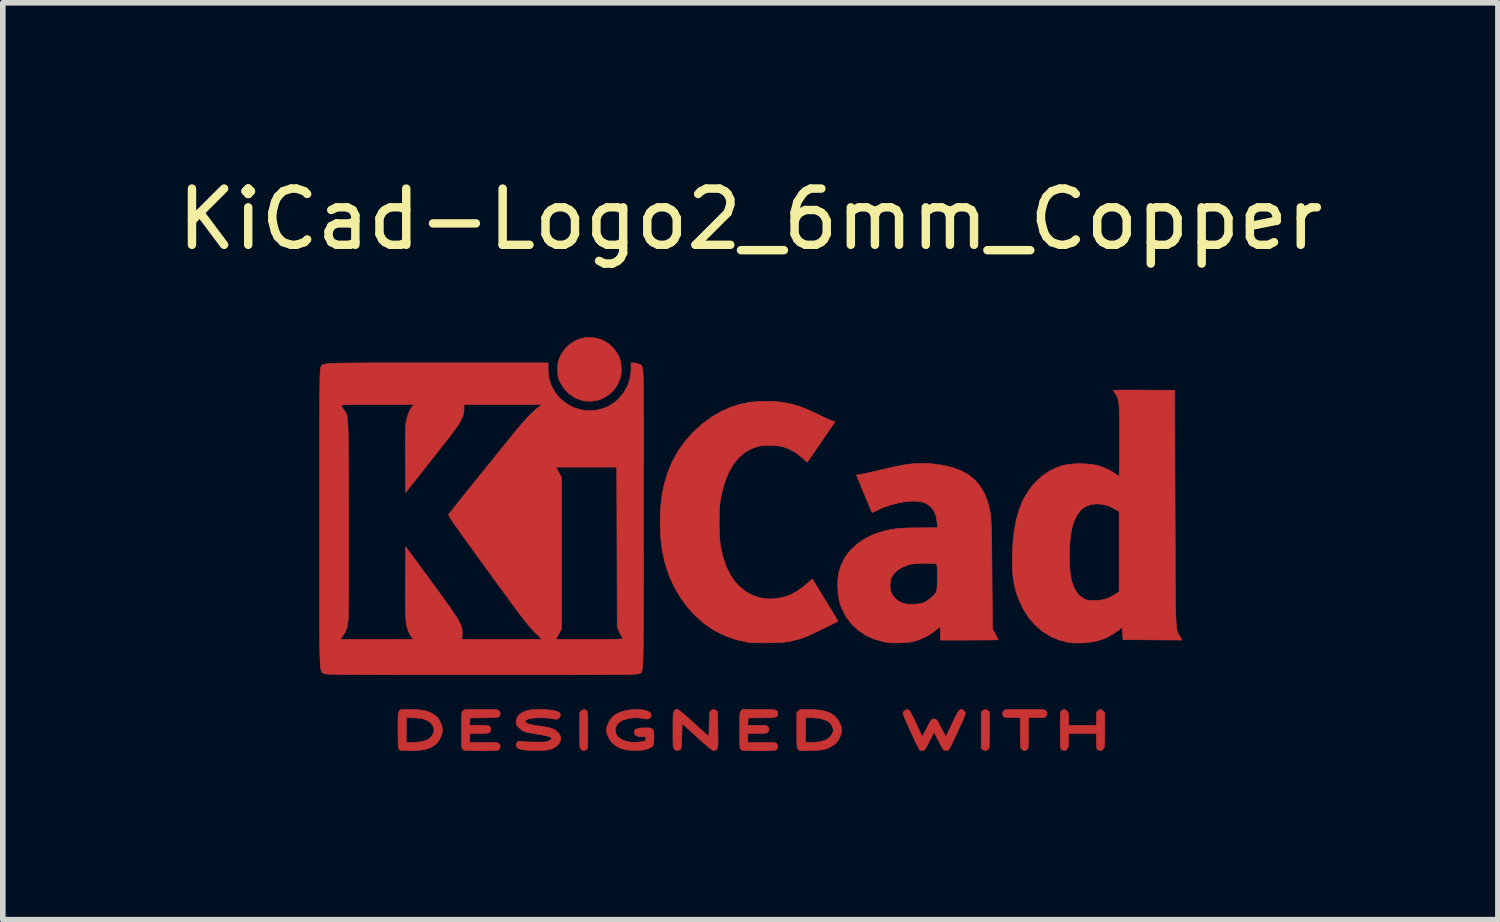
<source format=kicad_pcb>
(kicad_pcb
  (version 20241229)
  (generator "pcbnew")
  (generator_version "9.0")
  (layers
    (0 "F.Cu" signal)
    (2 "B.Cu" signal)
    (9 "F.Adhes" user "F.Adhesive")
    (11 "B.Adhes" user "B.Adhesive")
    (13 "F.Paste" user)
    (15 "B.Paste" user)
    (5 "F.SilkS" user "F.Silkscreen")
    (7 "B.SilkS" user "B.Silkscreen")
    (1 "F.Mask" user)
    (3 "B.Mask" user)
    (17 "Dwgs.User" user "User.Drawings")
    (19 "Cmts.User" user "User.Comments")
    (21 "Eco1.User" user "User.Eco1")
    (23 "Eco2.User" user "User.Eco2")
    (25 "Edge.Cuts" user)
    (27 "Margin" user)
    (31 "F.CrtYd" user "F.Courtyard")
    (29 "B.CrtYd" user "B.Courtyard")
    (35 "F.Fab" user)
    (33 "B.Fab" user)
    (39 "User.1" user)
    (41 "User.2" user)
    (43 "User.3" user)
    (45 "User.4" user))
  (footprint "KiCad-Logo2_6mm_Copper"
    (layer "F.Cu")
    (at 10.292 5.928)
    (property "Reference" "KiCad-Logo2_6mm_Copper" (at 0 -5.08 0) (layer "F.SilkS") (effects (font (size 1 1) (thickness 0.15))))
    (attr exclude_from_pos_files exclude_from_bom allow_missing_courtyard)
    (fp_poly (pts (xy 4.2 3.642) (xy 4.224 3.657) (xy 4.251 3.678) (xy 4.251 4) (xy 4.251 4.094) (xy 4.25 4.168) (xy 4.249 4.225) (xy 4.248 4.267) (xy 4.246 4.297) (xy 4.243 4.317) (xy 4.239 4.331) (xy 4.233 4.341) (xy 4.229 4.345) (xy 4.198 4.366) (xy 4.162 4.365) (xy 4.131 4.347) (xy 4.104 4.326) (xy 4.104 3.678) (xy 4.131 3.657) (xy 4.156 3.641) (xy 4.177 3.635) (xy 4.2 3.642)) (stroke (width 0.01) (type solid)) (fill yes) (layer "F.Cu"))
    (fp_poly (pts (xy -2.912 3.658) (xy -2.906 3.665) (xy -2.9 3.675) (xy -2.896 3.69) (xy -2.894 3.712) (xy -2.892 3.744) (xy -2.89 3.789) (xy -2.89 3.849) (xy -2.89 3.926) (xy -2.89 4.002) (xy -2.89 4.096) (xy -2.89 4.17) (xy -2.891 4.226) (xy -2.892 4.268) (xy -2.894 4.298) (xy -2.897 4.318) (xy -2.901 4.332) (xy -2.907 4.341) (xy -2.912 4.346) (xy -2.945 4.366) (xy -2.98 4.364) (xy -3.012 4.343) (xy -3.019 4.335) (xy -3.025 4.325) (xy -3.029 4.311) (xy -3.032 4.291) (xy -3.034 4.261) (xy -3.035 4.219) (xy -3.036 4.162) (xy -3.036 4.088) (xy -3.036 4.004) (xy -3.036 3.691) (xy -3.009 3.663) (xy -2.974 3.64) (xy -2.941 3.639) (xy -2.912 3.658)) (stroke (width 0.01) (type solid)) (fill yes) (layer "F.Cu"))
    (fp_poly (pts (xy -2.726 -2.964) (xy -2.623 -2.928) (xy -2.527 -2.871) (xy -2.441 -2.795) (xy -2.369 -2.697) (xy -2.336 -2.636) (xy -2.308 -2.55) (xy -2.295 -2.451) (xy -2.296 -2.35) (xy -2.313 -2.257) (xy -2.359 -2.145) (xy -2.425 -2.047) (xy -2.509 -1.966) (xy -2.606 -1.904) (xy -2.714 -1.862) (xy -2.829 -1.844) (xy -2.948 -1.849) (xy -3.007 -1.862) (xy -3.121 -1.906) (xy -3.222 -1.974) (xy -3.309 -2.063) (xy -3.377 -2.171) (xy -3.383 -2.183) (xy -3.403 -2.227) (xy -3.415 -2.265) (xy -3.422 -2.304) (xy -3.425 -2.355) (xy -3.426 -2.41) (xy -3.425 -2.476) (xy -3.421 -2.523) (xy -3.413 -2.562) (xy -3.399 -2.6) (xy -3.382 -2.639) (xy -3.318 -2.747) (xy -3.238 -2.834) (xy -3.147 -2.901) (xy -3.047 -2.948) (xy -2.941 -2.973) (xy -2.833 -2.979) (xy -2.726 -2.964)) (stroke (width 0.01) (type solid)) (fill yes) (layer "F.Cu"))
    (fp_poly (pts (xy 4.975 3.635) (xy 5.053 3.636) (xy 5.115 3.637) (xy 5.161 3.638) (xy 5.194 3.64) (xy 5.217 3.643) (xy 5.232 3.646) (xy 5.243 3.651) (xy 5.248 3.655) (xy 5.273 3.688) (xy 5.276 3.721) (xy 5.26 3.752) (xy 5.25 3.764) (xy 5.239 3.773) (xy 5.223 3.778) (xy 5.197 3.781) (xy 5.159 3.782) (xy 5.102 3.782) (xy 5.091 3.782) (xy 4.945 3.782) (xy 4.945 4.053) (xy 4.945 4.138) (xy 4.944 4.204) (xy 4.943 4.253) (xy 4.942 4.288) (xy 4.939 4.312) (xy 4.935 4.328) (xy 4.929 4.338) (xy 4.922 4.346) (xy 4.889 4.366) (xy 4.855 4.365) (xy 4.824 4.342) (xy 4.822 4.339) (xy 4.814 4.329) (xy 4.808 4.316) (xy 4.804 4.299) (xy 4.801 4.274) (xy 4.8 4.238) (xy 4.799 4.188) (xy 4.798 4.122) (xy 4.798 4.046) (xy 4.798 3.782) (xy 4.659 3.782) (xy 4.599 3.782) (xy 4.558 3.78) (xy 4.53 3.777) (xy 4.513 3.771) (xy 4.502 3.763) (xy 4.501 3.761) (xy 4.484 3.728) (xy 4.486 3.691) (xy 4.505 3.658) (xy 4.512 3.651) (xy 4.521 3.646) (xy 4.535 3.643) (xy 4.556 3.64) (xy 4.587 3.638) (xy 4.63 3.636) (xy 4.687 3.636) (xy 4.762 3.635) (xy 4.856 3.635) (xy 4.876 3.635) (xy 4.975 3.635)) (stroke (width 0.01) (type solid)) (fill yes) (layer "F.Cu"))
    (fp_poly (pts (xy 6.241 3.641) (xy 6.272 3.663) (xy 6.3 3.691) (xy 6.3 4) (xy 6.3 4.092) (xy 6.299 4.164) (xy 6.298 4.219) (xy 6.297 4.26) (xy 6.295 4.289) (xy 6.291 4.309) (xy 6.287 4.323) (xy 6.281 4.333) (xy 6.276 4.339) (xy 6.245 4.364) (xy 6.21 4.367) (xy 6.178 4.351) (xy 6.167 4.343) (xy 6.16 4.331) (xy 6.156 4.312) (xy 6.154 4.281) (xy 6.153 4.235) (xy 6.153 4.199) (xy 6.153 4.064) (xy 5.656 4.064) (xy 5.656 4.187) (xy 5.656 4.243) (xy 5.654 4.282) (xy 5.649 4.308) (xy 5.642 4.326) (xy 5.633 4.339) (xy 5.602 4.364) (xy 5.567 4.367) (xy 5.533 4.349) (xy 5.524 4.34) (xy 5.518 4.328) (xy 5.514 4.309) (xy 5.511 4.28) (xy 5.51 4.236) (xy 5.509 4.174) (xy 5.509 4.16) (xy 5.509 4.044) (xy 5.508 3.948) (xy 5.508 3.87) (xy 5.509 3.809) (xy 5.51 3.762) (xy 5.512 3.727) (xy 5.514 3.701) (xy 5.517 3.684) (xy 5.521 3.672) (xy 5.526 3.664) (xy 5.532 3.658) (xy 5.564 3.638) (xy 5.597 3.641) (xy 5.628 3.663) (xy 5.641 3.677) (xy 5.649 3.693) (xy 5.654 3.716) (xy 5.656 3.75) (xy 5.656 3.802) (xy 5.656 3.917) (xy 6.153 3.917) (xy 6.153 3.799) (xy 6.153 3.744) (xy 6.155 3.707) (xy 6.16 3.683) (xy 6.167 3.668) (xy 6.175 3.658) (xy 6.207 3.638) (xy 6.241 3.641)) (stroke (width 0.01) (type solid)) (fill yes) (layer "F.Cu"))
    (fp_poly (pts (xy 1.03 3.635) (xy 1.159 3.64) (xy 1.269 3.653) (xy 1.361 3.676) (xy 1.438 3.709) (xy 1.5 3.754) (xy 1.551 3.81) (xy 1.591 3.88) (xy 1.592 3.882) (xy 1.616 3.944) (xy 1.625 3.999) (xy 1.618 4.054) (xy 1.595 4.117) (xy 1.591 4.127) (xy 1.562 4.183) (xy 1.529 4.227) (xy 1.487 4.264) (xy 1.429 4.3) (xy 1.426 4.302) (xy 1.375 4.326) (xy 1.318 4.344) (xy 1.251 4.357) (xy 1.17 4.365) (xy 1.072 4.368) (xy 1.037 4.368) (xy 0.871 4.369) (xy 0.848 4.339) (xy 0.841 4.33) (xy 0.836 4.318) (xy 0.831 4.302) (xy 0.829 4.279) (xy 0.827 4.247) (xy 0.826 4.222) (xy 0.983 4.222) (xy 1.076 4.222) (xy 1.131 4.221) (xy 1.188 4.216) (xy 1.234 4.21) (xy 1.237 4.21) (xy 1.319 4.188) (xy 1.383 4.155) (xy 1.43 4.109) (xy 1.463 4.049) (xy 1.469 4.033) (xy 1.474 4.009) (xy 1.472 3.984) (xy 1.46 3.952) (xy 1.453 3.936) (xy 1.43 3.893) (xy 1.402 3.863) (xy 1.371 3.843) (xy 1.309 3.816) (xy 1.229 3.796) (xy 1.137 3.785) (xy 1.07 3.782) (xy 0.983 3.782) (xy 0.983 4.222) (xy 0.826 4.222) (xy 0.825 4.201) (xy 0.825 4.141) (xy 0.825 4.062) (xy 0.825 4) (xy 0.825 3.691) (xy 0.852 3.663) (xy 0.865 3.652) (xy 0.878 3.644) (xy 0.896 3.639) (xy 0.924 3.637) (xy 0.966 3.636) (xy 1.026 3.635) (xy 1.03 3.635)) (stroke (width 0.01) (type solid)) (fill yes) (layer "F.Cu"))
    (fp_poly (pts (xy -6.11 3.635) (xy -6.07 3.636) (xy -5.954 3.638) (xy -5.858 3.647) (xy -5.776 3.661) (xy -5.707 3.683) (xy -5.647 3.714) (xy -5.592 3.753) (xy -5.572 3.77) (xy -5.54 3.81) (xy -5.511 3.864) (xy -5.488 3.924) (xy -5.476 3.981) (xy -5.475 4.002) (xy -5.483 4.061) (xy -5.504 4.125) (xy -5.535 4.186) (xy -5.572 4.235) (xy -5.578 4.24) (xy -5.629 4.282) (xy -5.684 4.314) (xy -5.748 4.338) (xy -5.823 4.354) (xy -5.912 4.364) (xy -6.019 4.369) (xy -6.068 4.369) (xy -6.13 4.369) (xy -6.174 4.367) (xy -6.203 4.365) (xy -6.222 4.36) (xy -6.235 4.353) (xy -6.242 4.346) (xy -6.249 4.339) (xy -6.254 4.329) (xy -6.258 4.315) (xy -6.261 4.293) (xy -6.263 4.26) (xy -6.264 4.216) (xy -6.265 4.156) (xy -6.265 4.078) (xy -6.265 4.002) (xy -6.265 3.901) (xy -6.265 3.821) (xy -6.264 3.782) (xy -6.118 3.782) (xy -6.118 4.222) (xy -6.025 4.222) (xy -5.969 4.221) (xy -5.91 4.216) (xy -5.861 4.211) (xy -5.86 4.21) (xy -5.781 4.191) (xy -5.719 4.161) (xy -5.673 4.119) (xy -5.643 4.073) (xy -5.625 4.022) (xy -5.626 3.974) (xy -5.647 3.923) (xy -5.689 3.87) (xy -5.746 3.831) (xy -5.821 3.805) (xy -5.871 3.795) (xy -5.928 3.789) (xy -5.988 3.784) (xy -6.039 3.782) (xy -6.042 3.782) (xy -6.118 3.782) (xy -6.264 3.782) (xy -6.264 3.758) (xy -6.259 3.711) (xy -6.251 3.678) (xy -6.238 3.656) (xy -6.218 3.643) (xy -6.191 3.637) (xy -6.155 3.635) (xy -6.11 3.635)) (stroke (width 0.01) (type solid)) (fill yes) (layer "F.Cu"))
    (fp_poly (pts (xy -1.288 3.64) (xy -1.265 3.653) (xy -1.234 3.676) (xy -1.194 3.709) (xy -1.144 3.752) (xy -1.082 3.807) (xy -1.006 3.876) (xy -0.92 3.954) (xy -0.739 4.118) (xy -0.733 3.898) (xy -0.731 3.823) (xy -0.729 3.766) (xy -0.727 3.726) (xy -0.724 3.698) (xy -0.72 3.681) (xy -0.714 3.669) (xy -0.705 3.66) (xy -0.701 3.657) (xy -0.667 3.638) (xy -0.634 3.641) (xy -0.608 3.657) (xy -0.581 3.678) (xy -0.578 3.993) (xy -0.577 4.086) (xy -0.576 4.159) (xy -0.576 4.214) (xy -0.577 4.256) (xy -0.579 4.285) (xy -0.582 4.305) (xy -0.586 4.32) (xy -0.592 4.33) (xy -0.598 4.339) (xy -0.612 4.354) (xy -0.625 4.365) (xy -0.64 4.369) (xy -0.659 4.365) (xy -0.684 4.353) (xy -0.716 4.331) (xy -0.757 4.298) (xy -0.809 4.253) (xy -0.874 4.195) (xy -0.948 4.128) (xy -1.213 3.888) (xy -1.219 4.107) (xy -1.221 4.182) (xy -1.223 4.239) (xy -1.225 4.279) (xy -1.228 4.306) (xy -1.233 4.324) (xy -1.239 4.335) (xy -1.247 4.344) (xy -1.251 4.347) (xy -1.288 4.367) (xy -1.323 4.364) (xy -1.353 4.339) (xy -1.36 4.329) (xy -1.366 4.318) (xy -1.37 4.302) (xy -1.373 4.279) (xy -1.375 4.246) (xy -1.376 4.201) (xy -1.377 4.14) (xy -1.377 4.061) (xy -1.377 4.002) (xy -1.377 3.911) (xy -1.376 3.839) (xy -1.376 3.784) (xy -1.374 3.744) (xy -1.372 3.715) (xy -1.368 3.695) (xy -1.364 3.681) (xy -1.358 3.671) (xy -1.353 3.665) (xy -1.342 3.651) (xy -1.332 3.64) (xy -1.32 3.634) (xy -1.306 3.634) (xy -1.288 3.64)) (stroke (width 0.01) (type solid)) (fill yes) (layer "F.Cu"))
    (fp_poly (pts (xy -1.938 3.641) (xy -1.87 3.652) (xy -1.817 3.67) (xy -1.783 3.694) (xy -1.774 3.707) (xy -1.764 3.738) (xy -1.771 3.767) (xy -1.791 3.793) (xy -1.822 3.806) (xy -1.867 3.805) (xy -1.903 3.798) (xy -1.981 3.785) (xy -2.061 3.784) (xy -2.15 3.794) (xy -2.175 3.799) (xy -2.258 3.822) (xy -2.323 3.857) (xy -2.369 3.903) (xy -2.395 3.959) (xy -2.401 3.988) (xy -2.397 4.046) (xy -2.374 4.098) (xy -2.333 4.142) (xy -2.277 4.177) (xy -2.207 4.203) (xy -2.126 4.218) (xy -2.036 4.221) (xy -1.939 4.211) (xy -1.934 4.21) (xy -1.895 4.203) (xy -1.874 4.196) (xy -1.865 4.185) (xy -1.862 4.168) (xy -1.862 4.159) (xy -1.862 4.121) (xy -1.931 4.121) (xy -1.991 4.117) (xy -2.032 4.103) (xy -2.056 4.08) (xy -2.065 4.045) (xy -2.065 4.041) (xy -2.06 4.011) (xy -2.043 3.99) (xy -2.01 3.976) (xy -1.96 3.967) (xy -1.911 3.964) (xy -1.841 3.963) (xy -1.789 3.965) (xy -1.755 3.975) (xy -1.733 3.995) (xy -1.721 4.027) (xy -1.716 4.074) (xy -1.715 4.136) (xy -1.717 4.206) (xy -1.721 4.253) (xy -1.728 4.278) (xy -1.73 4.28) (xy -1.769 4.312) (xy -1.826 4.337) (xy -1.897 4.355) (xy -1.98 4.365) (xy -2.069 4.367) (xy -2.163 4.36) (xy -2.218 4.352) (xy -2.304 4.328) (xy -2.384 4.288) (xy -2.451 4.236) (xy -2.461 4.226) (xy -2.495 4.182) (xy -2.524 4.128) (xy -2.548 4.072) (xy -2.561 4.02) (xy -2.562 4.001) (xy -2.556 3.96) (xy -2.538 3.908) (xy -2.513 3.855) (xy -2.483 3.805) (xy -2.457 3.773) (xy -2.396 3.724) (xy -2.317 3.685) (xy -2.223 3.657) (xy -2.117 3.64) (xy -2.02 3.636) (xy -1.938 3.641)) (stroke (width 0.01) (type solid)) (fill yes) (layer "F.Cu"))
    (fp_poly (pts (xy 0.242 3.635) (xy 0.318 3.636) (xy 0.377 3.639) (xy 0.42 3.642) (xy 0.45 3.648) (xy 0.469 3.657) (xy 0.48 3.669) (xy 0.485 3.685) (xy 0.486 3.705) (xy 0.486 3.708) (xy 0.485 3.73) (xy 0.48 3.748) (xy 0.469 3.761) (xy 0.449 3.77) (xy 0.418 3.776) (xy 0.372 3.78) (xy 0.31 3.783) (xy 0.228 3.784) (xy 0.203 3.785) (xy -0.039 3.788) (xy -0.042 3.853) (xy -0.046 3.917) (xy 0.122 3.917) (xy 0.188 3.918) (xy 0.235 3.919) (xy 0.267 3.921) (xy 0.287 3.925) (xy 0.301 3.931) (xy 0.31 3.94) (xy 0.311 3.94) (xy 0.328 3.973) (xy 0.327 4.01) (xy 0.309 4.041) (xy 0.305 4.044) (xy 0.292 4.052) (xy 0.275 4.058) (xy 0.248 4.061) (xy 0.209 4.063) (xy 0.153 4.064) (xy 0.118 4.064) (xy -0.045 4.064) (xy -0.045 4.222) (xy 0.202 4.222) (xy 0.283 4.222) (xy 0.345 4.223) (xy 0.39 4.224) (xy 0.422 4.226) (xy 0.443 4.23) (xy 0.456 4.234) (xy 0.465 4.241) (xy 0.467 4.243) (xy 0.483 4.274) (xy 0.485 4.31) (xy 0.471 4.341) (xy 0.461 4.351) (xy 0.45 4.357) (xy 0.433 4.361) (xy 0.407 4.364) (xy 0.37 4.367) (xy 0.319 4.368) (xy 0.252 4.369) (xy 0.165 4.369) (xy 0.145 4.369) (xy 0.057 4.369) (xy -0.012 4.369) (xy -0.064 4.368) (xy -0.101 4.366) (xy -0.127 4.364) (xy -0.144 4.36) (xy -0.156 4.355) (xy -0.164 4.349) (xy -0.168 4.344) (xy -0.175 4.336) (xy -0.181 4.326) (xy -0.185 4.311) (xy -0.187 4.289) (xy -0.189 4.257) (xy -0.191 4.212) (xy -0.191 4.151) (xy -0.191 4.073) (xy -0.191 4.007) (xy -0.191 3.915) (xy -0.191 3.842) (xy -0.19 3.787) (xy -0.189 3.746) (xy -0.187 3.717) (xy -0.183 3.696) (xy -0.179 3.682) (xy -0.173 3.672) (xy -0.168 3.665) (xy -0.145 3.635) (xy 0.145 3.635) (xy 0.242 3.635)) (stroke (width 0.01) (type solid)) (fill yes) (layer "F.Cu"))
    (fp_poly (pts (xy -4.701 3.635) (xy -4.632 3.636) (xy -4.579 3.637) (xy -4.541 3.638) (xy -4.514 3.641) (xy -4.496 3.644) (xy -4.484 3.649) (xy -4.475 3.655) (xy -4.472 3.658) (xy -4.452 3.689) (xy -4.449 3.725) (xy -4.462 3.757) (xy -4.468 3.763) (xy -4.478 3.769) (xy -4.493 3.774) (xy -4.518 3.778) (xy -4.554 3.78) (xy -4.605 3.782) (xy -4.673 3.784) (xy -4.736 3.785) (xy -4.984 3.788) (xy -4.987 3.853) (xy -4.99 3.917) (xy -4.822 3.917) (xy -4.749 3.918) (xy -4.696 3.921) (xy -4.659 3.927) (xy -4.636 3.936) (xy -4.623 3.952) (xy -4.618 3.974) (xy -4.617 3.994) (xy -4.619 4.019) (xy -4.629 4.037) (xy -4.648 4.05) (xy -4.679 4.058) (xy -4.727 4.062) (xy -4.792 4.064) (xy -4.828 4.064) (xy -4.989 4.064) (xy -4.989 4.222) (xy -4.741 4.222) (xy -4.66 4.222) (xy -4.598 4.223) (xy -4.552 4.224) (xy -4.52 4.226) (xy -4.499 4.229) (xy -4.485 4.234) (xy -4.475 4.24) (xy -4.47 4.245) (xy -4.453 4.272) (xy -4.447 4.296) (xy -4.455 4.325) (xy -4.47 4.346) (xy -4.478 4.353) (xy -4.488 4.359) (xy -4.503 4.362) (xy -4.526 4.365) (xy -4.559 4.367) (xy -4.606 4.368) (xy -4.668 4.369) (xy -4.75 4.369) (xy -4.792 4.369) (xy -4.882 4.369) (xy -4.952 4.369) (xy -5.005 4.368) (xy -5.044 4.366) (xy -5.071 4.364) (xy -5.09 4.36) (xy -5.102 4.356) (xy -5.11 4.35) (xy -5.113 4.346) (xy -5.12 4.339) (xy -5.125 4.329) (xy -5.129 4.314) (xy -5.132 4.292) (xy -5.134 4.26) (xy -5.135 4.215) (xy -5.136 4.155) (xy -5.136 4.077) (xy -5.136 4.004) (xy -5.136 3.911) (xy -5.136 3.838) (xy -5.135 3.782) (xy -5.134 3.74) (xy -5.132 3.711) (xy -5.129 3.691) (xy -5.125 3.678) (xy -5.119 3.669) (xy -5.112 3.661) (xy -5.11 3.66) (xy -5.101 3.652) (xy -5.091 3.647) (xy -5.077 3.642) (xy -5.056 3.639) (xy -5.025 3.637) (xy -4.981 3.636) (xy -4.922 3.635) (xy -4.845 3.635) (xy -4.79 3.635) (xy -4.701 3.635)) (stroke (width 0.01) (type solid)) (fill yes) (layer "F.Cu"))
    (fp_poly (pts (xy 3.756 3.637) (xy 3.776 3.644) (xy 3.777 3.645) (xy 3.803 3.665) (xy 3.818 3.686) (xy 3.821 3.696) (xy 3.821 3.709) (xy 3.817 3.727) (xy 3.808 3.753) (xy 3.793 3.79) (xy 3.772 3.839) (xy 3.744 3.903) (xy 3.707 3.983) (xy 3.687 4.027) (xy 3.65 4.106) (xy 3.616 4.179) (xy 3.585 4.242) (xy 3.559 4.294) (xy 3.54 4.331) (xy 3.527 4.352) (xy 3.525 4.355) (xy 3.494 4.367) (xy 3.459 4.366) (xy 3.431 4.351) (xy 3.43 4.349) (xy 3.418 4.332) (xy 3.4 4.299) (xy 3.376 4.255) (xy 3.349 4.202) (xy 3.339 4.183) (xy 3.266 4.036) (xy 3.186 4.196) (xy 3.157 4.251) (xy 3.131 4.298) (xy 3.109 4.335) (xy 3.093 4.357) (xy 3.088 4.362) (xy 3.046 4.368) (xy 3.012 4.355) (xy 3.001 4.341) (xy 2.984 4.309) (xy 2.96 4.263) (xy 2.932 4.205) (xy 2.901 4.14) (xy 2.869 4.07) (xy 2.835 3.997) (xy 2.804 3.927) (xy 2.774 3.86) (xy 2.749 3.801) (xy 2.729 3.753) (xy 2.716 3.718) (xy 2.712 3.7) (xy 2.712 3.7) (xy 2.723 3.678) (xy 2.745 3.655) (xy 2.746 3.654) (xy 2.774 3.639) (xy 2.799 3.639) (xy 2.808 3.642) (xy 2.82 3.648) (xy 2.832 3.66) (xy 2.846 3.681) (xy 2.864 3.713) (xy 2.887 3.759) (xy 2.917 3.821) (xy 2.943 3.878) (xy 2.974 3.944) (xy 3.002 4.004) (xy 3.025 4.054) (xy 3.042 4.091) (xy 3.051 4.112) (xy 3.052 4.115) (xy 3.058 4.11) (xy 3.073 4.087) (xy 3.093 4.051) (xy 3.117 4.004) (xy 3.127 3.985) (xy 3.16 3.92) (xy 3.185 3.873) (xy 3.205 3.84) (xy 3.222 3.82) (xy 3.237 3.809) (xy 3.253 3.805) (xy 3.264 3.805) (xy 3.282 3.806) (xy 3.299 3.813) (xy 3.315 3.828) (xy 3.333 3.853) (xy 3.355 3.892) (xy 3.384 3.948) (xy 3.4 3.979) (xy 3.426 4.029) (xy 3.449 4.071) (xy 3.466 4.1) (xy 3.476 4.114) (xy 3.478 4.115) (xy 3.484 4.104) (xy 3.498 4.075) (xy 3.519 4.032) (xy 3.546 3.978) (xy 3.575 3.915) (xy 3.59 3.883) (xy 3.628 3.802) (xy 3.659 3.74) (xy 3.683 3.694) (xy 3.704 3.663) (xy 3.722 3.645) (xy 3.739 3.637) (xy 3.756 3.637)) (stroke (width 0.01) (type solid)) (fill yes) (layer "F.Cu"))
    (fp_poly (pts (xy -3.68 3.637) (xy -3.605 3.642) (xy -3.536 3.65) (xy -3.475 3.661) (xy -3.428 3.674) (xy -3.399 3.689) (xy -3.394 3.693) (xy -3.378 3.728) (xy -3.383 3.764) (xy -3.408 3.794) (xy -3.409 3.795) (xy -3.423 3.804) (xy -3.438 3.809) (xy -3.459 3.81) (xy -3.492 3.806) (xy -3.54 3.798) (xy -3.544 3.798) (xy -3.617 3.789) (xy -3.696 3.784) (xy -3.774 3.784) (xy -3.848 3.788) (xy -3.91 3.797) (xy -3.957 3.809) (xy -3.96 3.81) (xy -3.993 3.829) (xy -4.005 3.848) (xy -3.996 3.867) (xy -3.966 3.885) (xy -3.917 3.901) (xy -3.849 3.916) (xy -3.804 3.923) (xy -3.71 3.936) (xy -3.635 3.948) (xy -3.576 3.961) (xy -3.53 3.974) (xy -3.494 3.989) (xy -3.464 4.007) (xy -3.438 4.03) (xy -3.417 4.052) (xy -3.391 4.083) (xy -3.379 4.11) (xy -3.375 4.142) (xy -3.375 4.154) (xy -3.378 4.194) (xy -3.389 4.223) (xy -3.41 4.25) (xy -3.451 4.29) (xy -3.496 4.32) (xy -3.55 4.342) (xy -3.615 4.357) (xy -3.695 4.365) (xy -3.793 4.367) (xy -3.81 4.367) (xy -3.875 4.366) (xy -3.94 4.363) (xy -3.998 4.359) (xy -4.04 4.353) (xy -4.044 4.353) (xy -4.086 4.343) (xy -4.122 4.33) (xy -4.142 4.318) (xy -4.161 4.288) (xy -4.163 4.252) (xy -4.146 4.22) (xy -4.143 4.217) (xy -4.128 4.206) (xy -4.109 4.201) (xy -4.079 4.202) (xy -4.044 4.206) (xy -4.004 4.21) (xy -3.949 4.213) (xy -3.884 4.215) (xy -3.816 4.216) (xy -3.798 4.216) (xy -3.73 4.216) (xy -3.681 4.215) (xy -3.645 4.212) (xy -3.619 4.207) (xy -3.597 4.2) (xy -3.584 4.194) (xy -3.556 4.177) (xy -3.538 4.162) (xy -3.536 4.158) (xy -3.541 4.14) (xy -3.568 4.123) (xy -3.613 4.108) (xy -3.675 4.094) (xy -3.693 4.091) (xy -3.789 4.076) (xy -3.866 4.063) (xy -3.926 4.052) (xy -3.973 4.042) (xy -4.009 4.031) (xy -4.038 4.019) (xy -4.062 4.005) (xy -4.084 3.988) (xy -4.108 3.968) (xy -4.116 3.96) (xy -4.144 3.933) (xy -4.158 3.911) (xy -4.164 3.886) (xy -4.165 3.855) (xy -4.155 3.794) (xy -4.124 3.742) (xy -4.073 3.699) (xy -4.002 3.666) (xy -3.951 3.651) (xy -3.895 3.642) (xy -3.829 3.636) (xy -3.756 3.635) (xy -3.68 3.637)) (stroke (width 0.01) (type solid)) (fill yes) (layer "F.Cu"))
    (fp_poly (pts (xy 0.44 -1.84) (xy 0.588 -1.823) (xy 0.731 -1.794) (xy 0.876 -1.751) (xy 1.028 -1.692) (xy 1.192 -1.615) (xy 1.222 -1.6) (xy 1.29 -1.567) (xy 1.354 -1.537) (xy 1.408 -1.513) (xy 1.446 -1.498) (xy 1.451 -1.496) (xy 1.506 -1.48) (xy 1.26 -1.121) (xy 1.2 -1.033) (xy 1.144 -0.953) (xy 1.096 -0.883) (xy 1.057 -0.826) (xy 1.029 -0.785) (xy 1.013 -0.763) (xy 1.011 -0.759) (xy 1 -0.767) (xy 0.975 -0.789) (xy 0.939 -0.823) (xy 0.919 -0.841) (xy 0.806 -0.931) (xy 0.679 -0.999) (xy 0.57 -1.037) (xy 0.504 -1.049) (xy 0.422 -1.056) (xy 0.333 -1.058) (xy 0.247 -1.056) (xy 0.173 -1.048) (xy 0.144 -1.043) (xy 0.011 -0.997) (xy -0.108 -0.927) (xy -0.215 -0.834) (xy -0.308 -0.716) (xy -0.387 -0.575) (xy -0.454 -0.411) (xy -0.506 -0.223) (xy -0.537 -0.062) (xy -0.546 0.009) (xy -0.551 0.101) (xy -0.554 0.207) (xy -0.555 0.32) (xy -0.553 0.435) (xy -0.548 0.544) (xy -0.542 0.64) (xy -0.533 0.718) (xy -0.531 0.73) (xy -0.489 0.923) (xy -0.431 1.094) (xy -0.357 1.243) (xy -0.267 1.372) (xy -0.203 1.442) (xy -0.089 1.536) (xy 0.037 1.606) (xy 0.172 1.651) (xy 0.313 1.671) (xy 0.459 1.666) (xy 0.608 1.634) (xy 0.696 1.603) (xy 0.818 1.542) (xy 0.943 1.453) (xy 1.013 1.393) (xy 1.053 1.358) (xy 1.084 1.332) (xy 1.101 1.32) (xy 1.104 1.32) (xy 1.112 1.332) (xy 1.132 1.366) (xy 1.163 1.416) (xy 1.203 1.482) (xy 1.251 1.56) (xy 1.304 1.647) (xy 1.334 1.696) (xy 1.56 2.067) (xy 1.278 2.207) (xy 1.176 2.257) (xy 1.093 2.296) (xy 1.025 2.327) (xy 0.966 2.351) (xy 0.911 2.371) (xy 0.855 2.388) (xy 0.794 2.403) (xy 0.735 2.417) (xy 0.682 2.428) (xy 0.627 2.437) (xy 0.565 2.443) (xy 0.488 2.447) (xy 0.394 2.45) (xy 0.33 2.451) (xy 0.238 2.452) (xy 0.151 2.451) (xy 0.073 2.45) (xy 0.01 2.447) (xy -0.032 2.444) (xy -0.034 2.443) (xy -0.25 2.396) (xy -0.452 2.326) (xy -0.642 2.231) (xy -0.818 2.112) (xy -0.98 1.969) (xy -1.129 1.803) (xy -1.238 1.654) (xy -1.353 1.461) (xy -1.446 1.256) (xy -1.517 1.038) (xy -1.567 0.807) (xy -1.597 0.56) (xy -1.606 0.309) (xy -1.598 0.066) (xy -1.574 -0.158) (xy -1.533 -0.368) (xy -1.474 -0.565) (xy -1.396 -0.756) (xy -1.387 -0.776) (xy -1.284 -0.96) (xy -1.159 -1.135) (xy -1.013 -1.298) (xy -0.851 -1.445) (xy -0.676 -1.572) (xy -0.514 -1.665) (xy -0.349 -1.738) (xy -0.185 -1.791) (xy -0.013 -1.825) (xy 0.171 -1.842) (xy 0.281 -1.844) (xy 0.44 -1.84)) (stroke (width 0.01) (type solid)) (fill yes) (layer "F.Cu"))
    (fp_poly (pts (xy 6.842 -2.043) (xy 6.959 -2.043) (xy 6.999 -2.042) (xy 7.544 -2.039) (xy 7.551 0.055) (xy 7.552 0.339) (xy 7.553 0.597) (xy 7.554 0.83) (xy 7.555 1.039) (xy 7.555 1.227) (xy 7.556 1.393) (xy 7.557 1.54) (xy 7.559 1.669) (xy 7.56 1.782) (xy 7.562 1.879) (xy 7.564 1.961) (xy 7.567 2.031) (xy 7.57 2.09) (xy 7.574 2.138) (xy 7.578 2.177) (xy 7.582 2.209) (xy 7.588 2.235) (xy 7.594 2.257) (xy 7.601 2.274) (xy 7.609 2.29) (xy 7.618 2.305) (xy 7.627 2.32) (xy 7.638 2.337) (xy 7.64 2.341) (xy 7.676 2.403) (xy 7.15 2.399) (xy 6.625 2.396) (xy 6.618 2.28) (xy 6.614 2.225) (xy 6.61 2.193) (xy 6.605 2.18) (xy 6.597 2.183) (xy 6.59 2.19) (xy 6.561 2.217) (xy 6.514 2.251) (xy 6.456 2.289) (xy 6.392 2.326) (xy 6.33 2.359) (xy 6.283 2.38) (xy 6.171 2.415) (xy 6.044 2.44) (xy 5.909 2.454) (xy 5.777 2.455) (xy 5.656 2.444) (xy 5.654 2.444) (xy 5.49 2.402) (xy 5.335 2.336) (xy 5.193 2.247) (xy 5.065 2.137) (xy 4.951 2.006) (xy 4.854 1.856) (xy 4.775 1.689) (xy 4.731 1.565) (xy 4.703 1.462) (xy 4.682 1.361) (xy 4.667 1.258) (xy 4.659 1.146) (xy 4.656 1.019) (xy 4.658 0.915) (xy 5.671 0.915) (xy 5.675 1.089) (xy 5.691 1.239) (xy 5.716 1.366) (xy 5.754 1.471) (xy 5.803 1.555) (xy 5.864 1.621) (xy 5.934 1.668) (xy 5.971 1.685) (xy 6.003 1.695) (xy 6.038 1.7) (xy 6.086 1.701) (xy 6.137 1.699) (xy 6.238 1.69) (xy 6.318 1.672) (xy 6.343 1.664) (xy 6.4 1.638) (xy 6.461 1.605) (xy 6.487 1.589) (xy 6.556 1.544) (xy 6.556 0.117) (xy 6.48 0.072) (xy 6.375 0.021) (xy 6.268 -0.01) (xy 6.162 -0.019) (xy 6.061 -0.008) (xy 5.97 0.023) (xy 5.893 0.075) (xy 5.868 0.099) (xy 5.808 0.181) (xy 5.759 0.279) (xy 5.721 0.396) (xy 5.695 0.533) (xy 5.678 0.692) (xy 5.671 0.876) (xy 5.671 0.915) (xy 4.658 0.915) (xy 4.658 0.872) (xy 4.67 0.646) (xy 4.693 0.442) (xy 4.729 0.258) (xy 4.777 0.089) (xy 4.839 -0.066) (xy 4.861 -0.112) (xy 4.95 -0.262) (xy 5.058 -0.396) (xy 5.182 -0.51) (xy 5.319 -0.604) (xy 5.468 -0.674) (xy 5.557 -0.703) (xy 5.644 -0.72) (xy 5.749 -0.73) (xy 5.863 -0.734) (xy 5.977 -0.73) (xy 6.083 -0.719) (xy 6.167 -0.703) (xy 6.268 -0.67) (xy 6.366 -0.628) (xy 6.451 -0.58) (xy 6.497 -0.548) (xy 6.528 -0.525) (xy 6.55 -0.51) (xy 6.555 -0.508) (xy 6.557 -0.521) (xy 6.558 -0.559) (xy 6.559 -0.619) (xy 6.561 -0.699) (xy 6.562 -0.795) (xy 6.562 -0.906) (xy 6.563 -1.027) (xy 6.563 -1.151) (xy 6.563 -1.31) (xy 6.562 -1.444) (xy 6.561 -1.555) (xy 6.56 -1.647) (xy 6.557 -1.721) (xy 6.553 -1.781) (xy 6.548 -1.829) (xy 6.54 -1.867) (xy 6.531 -1.898) (xy 6.52 -1.925) (xy 6.507 -1.949) (xy 6.49 -1.975) (xy 6.488 -1.978) (xy 6.467 -2.011) (xy 6.455 -2.034) (xy 6.453 -2.039) (xy 6.466 -2.04) (xy 6.504 -2.041) (xy 6.563 -2.042) (xy 6.642 -2.043) (xy 6.735 -2.043) (xy 6.842 -2.043)) (stroke (width 0.01) (type solid)) (fill yes) (layer "F.Cu"))
    (fp_poly (pts (xy 3.168 -0.736) (xy 3.236 -0.731) (xy 3.43 -0.705) (xy 3.603 -0.663) (xy 3.753 -0.606) (xy 3.884 -0.532) (xy 3.994 -0.441) (xy 4.086 -0.333) (xy 4.16 -0.206) (xy 4.214 -0.069) (xy 4.227 -0.025) (xy 4.239 0.016) (xy 4.249 0.057) (xy 4.258 0.099) (xy 4.266 0.145) (xy 4.272 0.196) (xy 4.277 0.257) (xy 4.281 0.327) (xy 4.285 0.411) (xy 4.287 0.509) (xy 4.29 0.624) (xy 4.292 0.759) (xy 4.293 0.915) (xy 4.295 1.095) (xy 4.296 1.236) (xy 4.304 2.204) (xy 4.356 2.297) (xy 4.38 2.342) (xy 4.398 2.377) (xy 4.407 2.395) (xy 4.407 2.396) (xy 4.394 2.398) (xy 4.356 2.399) (xy 4.297 2.4) (xy 4.22 2.401) (xy 4.127 2.402) (xy 4.021 2.402) (xy 3.906 2.403) (xy 3.892 2.403) (xy 3.378 2.403) (xy 3.378 2.286) (xy 3.377 2.233) (xy 3.374 2.193) (xy 3.371 2.171) (xy 3.369 2.169) (xy 3.356 2.178) (xy 3.328 2.2) (xy 3.291 2.231) (xy 3.29 2.231) (xy 3.224 2.281) (xy 3.14 2.331) (xy 3.048 2.376) (xy 2.957 2.411) (xy 2.918 2.423) (xy 2.838 2.439) (xy 2.741 2.448) (xy 2.635 2.453) (xy 2.528 2.451) (xy 2.43 2.443) (xy 2.362 2.432) (xy 2.194 2.383) (xy 2.042 2.312) (xy 1.909 2.222) (xy 1.794 2.112) (xy 1.699 1.984) (xy 1.625 1.839) (xy 1.592 1.751) (xy 1.572 1.665) (xy 1.559 1.562) (xy 1.553 1.451) (xy 1.553 1.435) (xy 2.482 1.435) (xy 2.489 1.517) (xy 2.515 1.586) (xy 2.562 1.649) (xy 2.581 1.668) (xy 2.645 1.718) (xy 2.72 1.75) (xy 2.81 1.766) (xy 2.904 1.767) (xy 2.994 1.759) (xy 3.062 1.744) (xy 3.092 1.733) (xy 3.145 1.703) (xy 3.202 1.66) (xy 3.254 1.612) (xy 3.293 1.566) (xy 3.303 1.549) (xy 3.311 1.526) (xy 3.317 1.488) (xy 3.32 1.433) (xy 3.322 1.357) (xy 3.323 1.284) (xy 3.322 1.199) (xy 3.321 1.138) (xy 3.319 1.096) (xy 3.315 1.07) (xy 3.309 1.055) (xy 3.301 1.048) (xy 3.299 1.046) (xy 3.276 1.043) (xy 3.233 1.04) (xy 3.173 1.038) (xy 3.104 1.037) (xy 3.089 1.037) (xy 2.997 1.038) (xy 2.925 1.043) (xy 2.869 1.051) (xy 2.822 1.062) (xy 2.706 1.106) (xy 2.615 1.16) (xy 2.548 1.225) (xy 2.504 1.302) (xy 2.484 1.391) (xy 2.482 1.435) (xy 1.553 1.435) (xy 1.554 1.342) (xy 1.564 1.245) (xy 1.571 1.205) (xy 1.617 1.059) (xy 1.687 0.924) (xy 1.78 0.802) (xy 1.895 0.695) (xy 2.03 0.603) (xy 2.183 0.528) (xy 2.313 0.482) (xy 2.401 0.459) (xy 2.484 0.44) (xy 2.569 0.426) (xy 2.661 0.416) (xy 2.765 0.41) (xy 2.888 0.407) (xy 2.998 0.406) (xy 3.326 0.405) (xy 3.319 0.307) (xy 3.302 0.2) (xy 3.264 0.108) (xy 3.207 0.033) (xy 3.134 -0.022) (xy 3.07 -0.048) (xy 2.977 -0.065) (xy 2.867 -0.068) (xy 2.745 -0.057) (xy 2.615 -0.033) (xy 2.483 0.003) (xy 2.354 0.049) (xy 2.261 0.092) (xy 2.216 0.114) (xy 2.181 0.129) (xy 2.164 0.135) (xy 2.163 0.135) (xy 2.157 0.121) (xy 2.142 0.086) (xy 2.119 0.032) (xy 2.09 -0.037) (xy 2.056 -0.118) (xy 2.022 -0.201) (xy 1.886 -0.532) (xy 1.983 -0.548) (xy 2.025 -0.556) (xy 2.088 -0.57) (xy 2.167 -0.587) (xy 2.257 -0.608) (xy 2.351 -0.63) (xy 2.389 -0.64) (xy 2.552 -0.677) (xy 2.694 -0.706) (xy 2.822 -0.725) (xy 2.939 -0.736) (xy 3.053 -0.74) (xy 3.168 -0.736)) (stroke (width 0.01) (type solid)) (fill yes) (layer "F.Cu"))
    (fp_poly (pts (xy -5.956 -2.526) (xy -5.691 -2.526) (xy -5.568 -2.526) (xy -3.597 -2.526) (xy -3.597 -2.41) (xy -3.585 -2.269) (xy -3.547 -2.138) (xy -3.485 -2.018) (xy -3.396 -1.907) (xy -3.366 -1.877) (xy -3.258 -1.793) (xy -3.14 -1.731) (xy -3.013 -1.692) (xy -2.883 -1.676) (xy -2.752 -1.683) (xy -2.625 -1.712) (xy -2.504 -1.765) (xy -2.393 -1.84) (xy -2.343 -1.886) (xy -2.25 -1.997) (xy -2.182 -2.12) (xy -2.139 -2.252) (xy -2.122 -2.392) (xy -2.122 -2.406) (xy -2.121 -2.526) (xy -2.068 -2.526) (xy -2.022 -2.52) (xy -1.979 -2.504) (xy -1.976 -2.503) (xy -1.966 -2.498) (xy -1.957 -2.494) (xy -1.949 -2.49) (xy -1.942 -2.485) (xy -1.935 -2.477) (xy -1.929 -2.467) (xy -1.924 -2.451) (xy -1.919 -2.43) (xy -1.915 -2.402) (xy -1.911 -2.366) (xy -1.908 -2.321) (xy -1.905 -2.266) (xy -1.903 -2.199) (xy -1.901 -2.12) (xy -1.899 -2.027) (xy -1.898 -1.919) (xy -1.897 -1.795) (xy -1.897 -1.654) (xy -1.896 -1.495) (xy -1.896 -1.317) (xy -1.896 -1.118) (xy -1.896 -0.897) (xy -1.897 -0.654) (xy -1.897 -0.386) (xy -1.897 -0.094) (xy -1.898 0.224) (xy -1.898 0.263) (xy -1.898 0.584) (xy -1.899 0.878) (xy -1.899 1.147) (xy -1.899 1.392) (xy -1.9 1.614) (xy -1.9 1.814) (xy -1.901 1.994) (xy -1.902 2.154) (xy -1.903 2.296) (xy -1.904 2.421) (xy -1.905 2.529) (xy -1.907 2.623) (xy -1.909 2.702) (xy -1.911 2.769) (xy -1.914 2.825) (xy -1.918 2.87) (xy -1.921 2.906) (xy -1.926 2.934) (xy -1.931 2.954) (xy -1.936 2.969) (xy -1.942 2.979) (xy -1.949 2.986) (xy -1.956 2.99) (xy -1.965 2.993) (xy -1.974 2.995) (xy -1.983 2.999) (xy -1.986 3) (xy -1.993 3.002) (xy -2.006 3.005) (xy -2.025 3.007) (xy -2.051 3.009) (xy -2.085 3.01) (xy -2.129 3.012) (xy -2.184 3.013) (xy -2.25 3.014) (xy -2.329 3.015) (xy -2.422 3.016) (xy -2.53 3.017) (xy -2.654 3.018) (xy -2.795 3.019) (xy -2.955 3.019) (xy -3.134 3.019) (xy -3.333 3.02) (xy -3.554 3.02) (xy -3.798 3.02) (xy -4.066 3.02) (xy -4.358 3.02) (xy -4.677 3.02) (xy -4.78 3.02) (xy -5.106 3.02) (xy -5.405 3.02) (xy -5.679 3.02) (xy -5.929 3.02) (xy -6.156 3.02) (xy -6.361 3.019) (xy -6.545 3.019) (xy -6.71 3.018) (xy -6.856 3.018) (xy -6.984 3.017) (xy -7.097 3.016) (xy -7.194 3.015) (xy -7.277 3.014) (xy -7.347 3.013) (xy -7.405 3.012) (xy -7.453 3.011) (xy -7.491 3.009) (xy -7.52 3.007) (xy -7.542 3.005) (xy -7.558 3.003) (xy -7.569 3.001) (xy -7.574 2.998) (xy -7.585 2.994) (xy -7.594 2.991) (xy -7.603 2.988) (xy -7.611 2.983) (xy -7.618 2.977) (xy -7.624 2.967) (xy -7.63 2.952) (xy -7.635 2.932) (xy -7.64 2.905) (xy -7.644 2.87) (xy -7.647 2.826) (xy -7.65 2.772) (xy -7.653 2.706) (xy -7.655 2.628) (xy -7.657 2.536) (xy -7.658 2.43) (xy -7.658 2.389) (xy -7.292 2.389) (xy -5.997 2.389) (xy -6.022 2.351) (xy -6.046 2.312) (xy -6.067 2.275) (xy -6.085 2.238) (xy -6.099 2.197) (xy -6.111 2.15) (xy -6.119 2.094) (xy -6.126 2.028) (xy -6.13 1.948) (xy -6.133 1.852) (xy -6.135 1.736) (xy -6.135 1.6) (xy -6.134 1.439) (xy -6.134 1.379) (xy -6.13 0.74) (xy -5.725 1.291) (xy -5.611 1.448) (xy -5.511 1.584) (xy -5.426 1.702) (xy -5.354 1.803) (xy -5.294 1.889) (xy -5.245 1.963) (xy -5.206 2.025) (xy -5.177 2.078) (xy -5.154 2.123) (xy -5.139 2.163) (xy -5.129 2.198) (xy -5.124 2.231) (xy -5.123 2.264) (xy -5.123 2.299) (xy -5.124 2.303) (xy -5.128 2.389) (xy -3.709 2.389) (xy -3.814 2.283) (xy -3.843 2.253) (xy -3.87 2.225) (xy -3.897 2.196) (xy -3.925 2.165) (xy -3.955 2.129) (xy -3.988 2.088) (xy -4.026 2.041) (xy -4.069 1.984) (xy -4.119 1.917) (xy -4.178 1.839) (xy -4.245 1.748) (xy -4.323 1.641) (xy -4.413 1.518) (xy -4.516 1.378) (xy -4.632 1.217) (xy -4.728 1.086) (xy -4.848 0.921) (xy -4.952 0.776) (xy -5.043 0.651) (xy -5.12 0.544) (xy -5.184 0.454) (xy -5.237 0.379) (xy -5.279 0.317) (xy -5.312 0.269) (xy -5.336 0.231) (xy -5.352 0.203) (xy -5.362 0.184) (xy -5.365 0.172) (xy -5.364 0.165) (xy -5.351 0.148) (xy -5.322 0.112) (xy -5.279 0.058) (xy -5.225 -0.01) (xy -5.16 -0.091) (xy -5.086 -0.183) (xy -5.006 -0.283) (xy -4.921 -0.389) (xy -4.832 -0.499) (xy -4.742 -0.611) (xy -4.692 -0.673) (xy -3.459 -0.673) (xy -3.408 -0.58) (xy -3.357 -0.487) (xy -3.357 2.204) (xy -3.408 2.296) (xy -3.459 2.389) (xy -2.853 2.389) (xy -2.709 2.389) (xy -2.589 2.389) (xy -2.493 2.388) (xy -2.417 2.388) (xy -2.359 2.386) (xy -2.317 2.385) (xy -2.289 2.382) (xy -2.273 2.379) (xy -2.266 2.375) (xy -2.265 2.37) (xy -2.269 2.365) (xy -2.27 2.365) (xy -2.287 2.34) (xy -2.31 2.299) (xy -2.33 2.258) (xy -2.368 2.176) (xy -2.376 -0.673) (xy -3.459 -0.673) (xy -4.692 -0.673) (xy -4.651 -0.723) (xy -4.563 -0.832) (xy -4.479 -0.937) (xy -4.4 -1.035) (xy -4.328 -1.124) (xy -4.264 -1.202) (xy -4.212 -1.267) (xy -4.172 -1.317) (xy -4.148 -1.346) (xy -4.056 -1.453) (xy -3.968 -1.55) (xy -3.886 -1.634) (xy -3.814 -1.701) (xy -3.763 -1.741) (xy -3.703 -1.785) (xy -5.092 -1.785) (xy -5.092 -1.703) (xy -5.096 -1.643) (xy -5.11 -1.588) (xy -5.133 -1.535) (xy -5.148 -1.505) (xy -5.163 -1.476) (xy -5.182 -1.445) (xy -5.204 -1.41) (xy -5.232 -1.369) (xy -5.267 -1.322) (xy -5.31 -1.264) (xy -5.362 -1.195) (xy -5.426 -1.113) (xy -5.503 -1.015) (xy -5.593 -0.9) (xy -5.7 -0.765) (xy -5.712 -0.75) (xy -6.13 -0.221) (xy -6.134 -0.807) (xy -6.135 -0.983) (xy -6.135 -1.131) (xy -6.134 -1.254) (xy -6.132 -1.35) (xy -6.128 -1.421) (xy -6.124 -1.467) (xy -6.123 -1.475) (xy -6.101 -1.567) (xy -6.071 -1.649) (xy -6.038 -1.716) (xy -6.018 -1.744) (xy -5.984 -1.785) (xy -6.638 -1.785) (xy -6.794 -1.785) (xy -6.924 -1.784) (xy -7.031 -1.784) (xy -7.116 -1.782) (xy -7.182 -1.781) (xy -7.229 -1.779) (xy -7.26 -1.776) (xy -7.277 -1.773) (xy -7.282 -1.769) (xy -7.282 -1.768) (xy -7.268 -1.747) (xy -7.245 -1.714) (xy -7.233 -1.697) (xy -7.22 -1.68) (xy -7.209 -1.665) (xy -7.199 -1.65) (xy -7.19 -1.635) (xy -7.183 -1.616) (xy -7.176 -1.593) (xy -7.17 -1.565) (xy -7.165 -1.53) (xy -7.161 -1.486) (xy -7.157 -1.432) (xy -7.154 -1.367) (xy -7.151 -1.288) (xy -7.149 -1.196) (xy -7.148 -1.087) (xy -7.147 -0.961) (xy -7.146 -0.816) (xy -7.145 -0.651) (xy -7.144 -0.464) (xy -7.144 -0.253) (xy -7.143 -0.018) (xy -7.143 0.198) (xy -7.142 0.439) (xy -7.142 0.668) (xy -7.142 0.885) (xy -7.142 1.089) (xy -7.142 1.276) (xy -7.143 1.447) (xy -7.144 1.6) (xy -7.145 1.732) (xy -7.146 1.844) (xy -7.148 1.932) (xy -7.149 1.996) (xy -7.151 2.035) (xy -7.151 2.039) (xy -7.163 2.132) (xy -7.182 2.207) (xy -7.211 2.273) (xy -7.253 2.337) (xy -7.258 2.344) (xy -7.292 2.389) (xy -7.658 2.389) (xy -7.659 2.307) (xy -7.66 2.168) (xy -7.66 2.011) (xy -7.661 1.834) (xy -7.661 1.636) (xy -7.661 1.418) (xy -7.661 1.176) (xy -7.661 0.911) (xy -7.661 0.62) (xy -7.661 0.304) (xy -7.661 0.241) (xy -7.661 -0.079) (xy -7.661 -0.372) (xy -7.661 -0.641) (xy -7.661 -0.885) (xy -7.661 -1.106) (xy -7.66 -1.305) (xy -7.66 -1.484) (xy -7.659 -1.643) (xy -7.659 -1.784) (xy -7.658 -1.907) (xy -7.657 -2.015) (xy -7.656 -2.107) (xy -7.655 -2.185) (xy -7.654 -2.25) (xy -7.653 -2.304) (xy -7.651 -2.347) (xy -7.649 -2.381) (xy -7.647 -2.406) (xy -7.645 -2.425) (xy -7.643 -2.437) (xy -7.64 -2.444) (xy -7.64 -2.444) (xy -7.635 -2.455) (xy -7.631 -2.466) (xy -7.626 -2.475) (xy -7.62 -2.483) (xy -7.61 -2.49) (xy -7.596 -2.496) (xy -7.576 -2.502) (xy -7.549 -2.507) (xy -7.514 -2.511) (xy -7.469 -2.515) (xy -7.413 -2.518) (xy -7.345 -2.52) (xy -7.263 -2.522) (xy -7.166 -2.523) (xy -7.052 -2.524) (xy -6.921 -2.525) (xy -6.771 -2.526) (xy -6.601 -2.526) (xy -6.409 -2.526) (xy -6.195 -2.526) (xy -5.956 -2.526)) (stroke (width 0.01) (type solid)) (fill yes) (layer "F.Cu")))
  (gr_rect
    (start -3 -3)
    (end 23.583 13.302)
    (stroke (width 0.1) (type default))
    (fill no)
    (layer "Edge.Cuts")))
</source>
